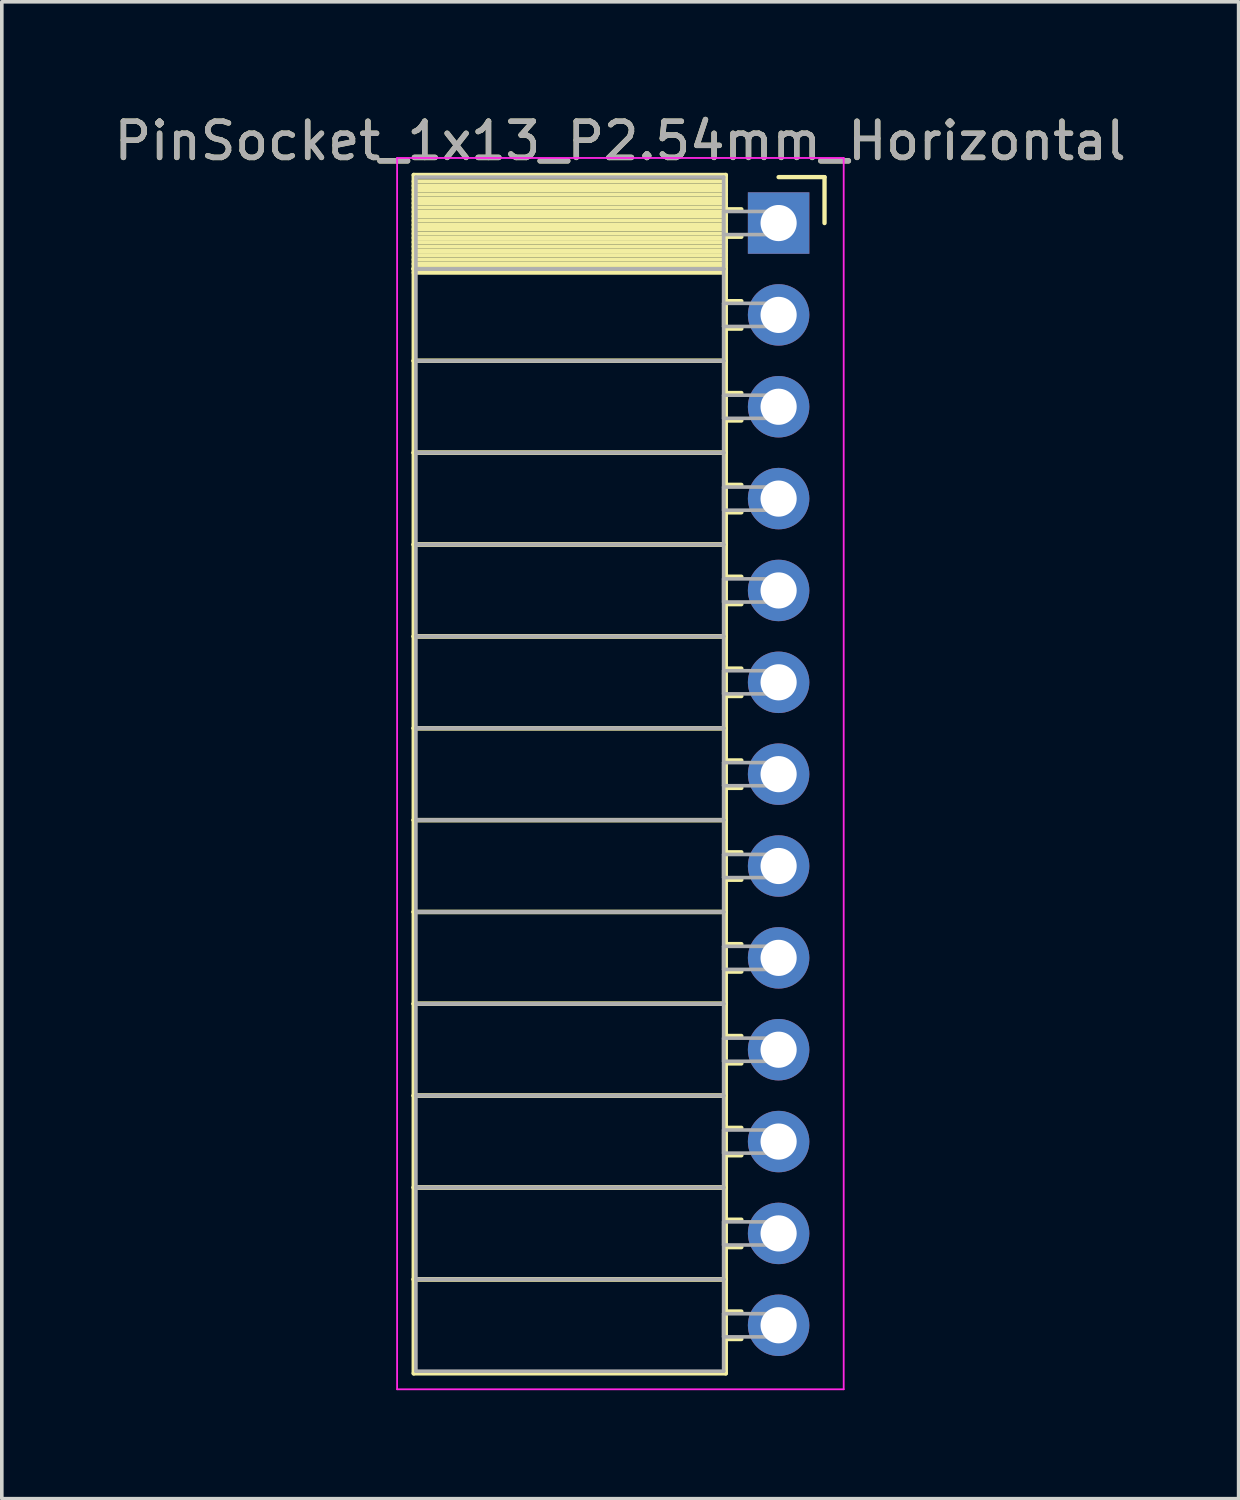
<source format=kicad_pcb>
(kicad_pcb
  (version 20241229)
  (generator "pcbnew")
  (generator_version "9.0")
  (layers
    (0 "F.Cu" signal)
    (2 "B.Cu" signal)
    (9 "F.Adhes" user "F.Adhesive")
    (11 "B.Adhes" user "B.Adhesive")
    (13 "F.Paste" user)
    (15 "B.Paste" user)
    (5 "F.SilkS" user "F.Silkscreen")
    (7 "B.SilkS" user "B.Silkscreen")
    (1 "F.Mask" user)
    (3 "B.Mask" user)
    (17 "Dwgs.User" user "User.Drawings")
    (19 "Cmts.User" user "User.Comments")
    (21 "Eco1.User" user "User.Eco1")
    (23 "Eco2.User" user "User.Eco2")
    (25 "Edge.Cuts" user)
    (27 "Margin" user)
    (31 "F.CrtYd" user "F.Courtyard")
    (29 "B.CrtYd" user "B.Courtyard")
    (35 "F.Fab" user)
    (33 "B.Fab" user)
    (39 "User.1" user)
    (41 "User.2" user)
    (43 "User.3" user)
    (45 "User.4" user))
  (footprint "PinSocket_1x13_P2.54mm_Horizontal"
    (layer "F.Cu")
    (at 18.481 3.118)
    (property "Reference" "PinSocket_1x13_P2.54mm_Horizontal" (at -4.38 -2.27 0) (layer "F.SilkS") (effects (font (size 1 1) (thickness 0.15))))
    (attr through_hole)
    (fp_line (start -10.09 -1.33) (end -1.46 -1.33) (stroke (width 0.12) (type solid)) (layer "F.SilkS"))
    (fp_line (start -10.09 1.27) (end -10.09 -1.33) (stroke (width 0.12) (type solid)) (layer "F.SilkS"))
    (fp_line (start -10.09 1.27) (end -1.46 1.27) (stroke (width 0.12) (type solid)) (layer "F.SilkS"))
    (fp_line (start -10.09 3.81) (end -10.09 1.27) (stroke (width 0.12) (type solid)) (layer "F.SilkS"))
    (fp_line (start -10.09 3.81) (end -1.46 3.81) (stroke (width 0.12) (type solid)) (layer "F.SilkS"))
    (fp_line (start -10.09 6.35) (end -10.09 3.81) (stroke (width 0.12) (type solid)) (layer "F.SilkS"))
    (fp_line (start -10.09 6.35) (end -1.46 6.35) (stroke (width 0.12) (type solid)) (layer "F.SilkS"))
    (fp_line (start -10.09 8.89) (end -10.09 6.35) (stroke (width 0.12) (type solid)) (layer "F.SilkS"))
    (fp_line (start -10.09 8.89) (end -1.46 8.89) (stroke (width 0.12) (type solid)) (layer "F.SilkS"))
    (fp_line (start -10.09 11.43) (end -10.09 8.89) (stroke (width 0.12) (type solid)) (layer "F.SilkS"))
    (fp_line (start -10.09 11.43) (end -1.46 11.43) (stroke (width 0.12) (type solid)) (layer "F.SilkS"))
    (fp_line (start -10.09 13.97) (end -10.09 11.43) (stroke (width 0.12) (type solid)) (layer "F.SilkS"))
    (fp_line (start -10.09 13.97) (end -1.46 13.97) (stroke (width 0.12) (type solid)) (layer "F.SilkS"))
    (fp_line (start -10.09 16.51) (end -10.09 13.97) (stroke (width 0.12) (type solid)) (layer "F.SilkS"))
    (fp_line (start -10.09 16.51) (end -1.46 16.51) (stroke (width 0.12) (type solid)) (layer "F.SilkS"))
    (fp_line (start -10.09 19.05) (end -10.09 16.51) (stroke (width 0.12) (type solid)) (layer "F.SilkS"))
    (fp_line (start -10.09 19.05) (end -1.46 19.05) (stroke (width 0.12) (type solid)) (layer "F.SilkS"))
    (fp_line (start -10.09 21.59) (end -10.09 19.05) (stroke (width 0.12) (type solid)) (layer "F.SilkS"))
    (fp_line (start -10.09 21.59) (end -1.46 21.59) (stroke (width 0.12) (type solid)) (layer "F.SilkS"))
    (fp_line (start -10.09 24.13) (end -10.09 21.59) (stroke (width 0.12) (type solid)) (layer "F.SilkS"))
    (fp_line (start -10.09 24.13) (end -1.46 24.13) (stroke (width 0.12) (type solid)) (layer "F.SilkS"))
    (fp_line (start -10.09 26.67) (end -10.09 24.13) (stroke (width 0.12) (type solid)) (layer "F.SilkS"))
    (fp_line (start -10.09 26.67) (end -1.46 26.67) (stroke (width 0.12) (type solid)) (layer "F.SilkS"))
    (fp_line (start -10.09 29.21) (end -10.09 26.67) (stroke (width 0.12) (type solid)) (layer "F.SilkS"))
    (fp_line (start -10.09 29.21) (end -1.46 29.21) (stroke (width 0.12) (type solid)) (layer "F.SilkS"))
    (fp_line (start -10.09 31.81) (end -10.09 29.21) (stroke (width 0.12) (type solid)) (layer "F.SilkS"))
    (fp_line (start -1.46 -1.33) (end -1.46 1.27) (stroke (width 0.12) (type solid)) (layer "F.SilkS"))
    (fp_line (start -1.46 -1.15) (end -10.09 -1.15) (stroke (width 0.12) (type solid)) (layer "F.SilkS"))
    (fp_line (start -1.46 -1.03) (end -10.09 -1.03) (stroke (width 0.12) (type solid)) (layer "F.SilkS"))
    (fp_line (start -1.46 -0.91) (end -10.09 -0.91) (stroke (width 0.12) (type solid)) (layer "F.SilkS"))
    (fp_line (start -1.46 -0.79) (end -10.09 -0.79) (stroke (width 0.12) (type solid)) (layer "F.SilkS"))
    (fp_line (start -1.46 -0.67) (end -10.09 -0.67) (stroke (width 0.12) (type solid)) (layer "F.SilkS"))
    (fp_line (start -1.46 -0.55) (end -10.09 -0.55) (stroke (width 0.12) (type solid)) (layer "F.SilkS"))
    (fp_line (start -1.46 -0.43) (end -10.09 -0.43) (stroke (width 0.12) (type solid)) (layer "F.SilkS"))
    (fp_line (start -1.46 -0.31) (end -10.09 -0.31) (stroke (width 0.12) (type solid)) (layer "F.SilkS"))
    (fp_line (start -1.46 -0.19) (end -10.09 -0.19) (stroke (width 0.12) (type solid)) (layer "F.SilkS"))
    (fp_line (start -1.46 -0.07) (end -10.09 -0.07) (stroke (width 0.12) (type solid)) (layer "F.SilkS"))
    (fp_line (start -1.46 0.05) (end -10.09 0.05) (stroke (width 0.12) (type solid)) (layer "F.SilkS"))
    (fp_line (start -1.46 0.17) (end -10.09 0.17) (stroke (width 0.12) (type solid)) (layer "F.SilkS"))
    (fp_line (start -1.46 0.29) (end -10.09 0.29) (stroke (width 0.12) (type solid)) (layer "F.SilkS"))
    (fp_line (start -1.46 0.41) (end -10.09 0.41) (stroke (width 0.12) (type solid)) (layer "F.SilkS"))
    (fp_line (start -1.46 0.53) (end -10.09 0.53) (stroke (width 0.12) (type solid)) (layer "F.SilkS"))
    (fp_line (start -1.46 0.65) (end -10.09 0.65) (stroke (width 0.12) (type solid)) (layer "F.SilkS"))
    (fp_line (start -1.46 0.77) (end -10.09 0.77) (stroke (width 0.12) (type solid)) (layer "F.SilkS"))
    (fp_line (start -1.46 0.89) (end -10.09 0.89) (stroke (width 0.12) (type solid)) (layer "F.SilkS"))
    (fp_line (start -1.46 1.01) (end -10.09 1.01) (stroke (width 0.12) (type solid)) (layer "F.SilkS"))
    (fp_line (start -1.46 1.13) (end -10.09 1.13) (stroke (width 0.12) (type solid)) (layer "F.SilkS"))
    (fp_line (start -1.46 1.25) (end -10.09 1.25) (stroke (width 0.12) (type solid)) (layer "F.SilkS"))
    (fp_line (start -1.46 1.27) (end -10.09 1.27) (stroke (width 0.12) (type solid)) (layer "F.SilkS"))
    (fp_line (start -1.46 1.27) (end -1.46 3.81) (stroke (width 0.12) (type solid)) (layer "F.SilkS"))
    (fp_line (start -1.46 1.37) (end -10.09 1.37) (stroke (width 0.12) (type solid)) (layer "F.SilkS"))
    (fp_line (start -1.46 3.81) (end -10.09 3.81) (stroke (width 0.12) (type solid)) (layer "F.SilkS"))
    (fp_line (start -1.46 3.81) (end -1.46 6.35) (stroke (width 0.12) (type solid)) (layer "F.SilkS"))
    (fp_line (start -1.46 6.35) (end -10.09 6.35) (stroke (width 0.12) (type solid)) (layer "F.SilkS"))
    (fp_line (start -1.46 6.35) (end -1.46 8.89) (stroke (width 0.12) (type solid)) (layer "F.SilkS"))
    (fp_line (start -1.46 8.89) (end -10.09 8.89) (stroke (width 0.12) (type solid)) (layer "F.SilkS"))
    (fp_line (start -1.46 8.89) (end -1.46 11.43) (stroke (width 0.12) (type solid)) (layer "F.SilkS"))
    (fp_line (start -1.46 11.43) (end -10.09 11.43) (stroke (width 0.12) (type solid)) (layer "F.SilkS"))
    (fp_line (start -1.46 11.43) (end -1.46 13.97) (stroke (width 0.12) (type solid)) (layer "F.SilkS"))
    (fp_line (start -1.46 13.97) (end -10.09 13.97) (stroke (width 0.12) (type solid)) (layer "F.SilkS"))
    (fp_line (start -1.46 13.97) (end -1.46 16.51) (stroke (width 0.12) (type solid)) (layer "F.SilkS"))
    (fp_line (start -1.46 16.51) (end -10.09 16.51) (stroke (width 0.12) (type solid)) (layer "F.SilkS"))
    (fp_line (start -1.46 16.51) (end -1.46 19.05) (stroke (width 0.12) (type solid)) (layer "F.SilkS"))
    (fp_line (start -1.46 19.05) (end -10.09 19.05) (stroke (width 0.12) (type solid)) (layer "F.SilkS"))
    (fp_line (start -1.46 19.05) (end -1.46 21.59) (stroke (width 0.12) (type solid)) (layer "F.SilkS"))
    (fp_line (start -1.46 21.59) (end -10.09 21.59) (stroke (width 0.12) (type solid)) (layer "F.SilkS"))
    (fp_line (start -1.46 21.59) (end -1.46 24.13) (stroke (width 0.12) (type solid)) (layer "F.SilkS"))
    (fp_line (start -1.46 24.13) (end -10.09 24.13) (stroke (width 0.12) (type solid)) (layer "F.SilkS"))
    (fp_line (start -1.46 24.13) (end -1.46 26.67) (stroke (width 0.12) (type solid)) (layer "F.SilkS"))
    (fp_line (start -1.46 26.67) (end -10.09 26.67) (stroke (width 0.12) (type solid)) (layer "F.SilkS"))
    (fp_line (start -1.46 26.67) (end -1.46 29.21) (stroke (width 0.12) (type solid)) (layer "F.SilkS"))
    (fp_line (start -1.46 29.21) (end -10.09 29.21) (stroke (width 0.12) (type solid)) (layer "F.SilkS"))
    (fp_line (start -1.46 29.21) (end -1.46 31.81) (stroke (width 0.12) (type solid)) (layer "F.SilkS"))
    (fp_line (start -1.46 31.81) (end -10.09 31.81) (stroke (width 0.12) (type solid)) (layer "F.SilkS"))
    (fp_line (start -1.03 -0.38) (end -1.46 -0.38) (stroke (width 0.12) (type solid)) (layer "F.SilkS"))
    (fp_line (start -1.03 0.38) (end -1.46 0.38) (stroke (width 0.12) (type solid)) (layer "F.SilkS"))
    (fp_line (start -1.03 2.16) (end -1.46 2.16) (stroke (width 0.12) (type solid)) (layer "F.SilkS"))
    (fp_line (start -1.03 2.92) (end -1.46 2.92) (stroke (width 0.12) (type solid)) (layer "F.SilkS"))
    (fp_line (start -1.03 4.7) (end -1.46 4.7) (stroke (width 0.12) (type solid)) (layer "F.SilkS"))
    (fp_line (start -1.03 5.46) (end -1.46 5.46) (stroke (width 0.12) (type solid)) (layer "F.SilkS"))
    (fp_line (start -1.03 7.24) (end -1.46 7.24) (stroke (width 0.12) (type solid)) (layer "F.SilkS"))
    (fp_line (start -1.03 8) (end -1.46 8) (stroke (width 0.12) (type solid)) (layer "F.SilkS"))
    (fp_line (start -1.03 9.78) (end -1.46 9.78) (stroke (width 0.12) (type solid)) (layer "F.SilkS"))
    (fp_line (start -1.03 10.54) (end -1.46 10.54) (stroke (width 0.12) (type solid)) (layer "F.SilkS"))
    (fp_line (start -1.03 12.32) (end -1.46 12.32) (stroke (width 0.12) (type solid)) (layer "F.SilkS"))
    (fp_line (start -1.03 13.08) (end -1.46 13.08) (stroke (width 0.12) (type solid)) (layer "F.SilkS"))
    (fp_line (start -1.03 14.86) (end -1.46 14.86) (stroke (width 0.12) (type solid)) (layer "F.SilkS"))
    (fp_line (start -1.03 15.62) (end -1.46 15.62) (stroke (width 0.12) (type solid)) (layer "F.SilkS"))
    (fp_line (start -1.03 17.4) (end -1.46 17.4) (stroke (width 0.12) (type solid)) (layer "F.SilkS"))
    (fp_line (start -1.03 18.16) (end -1.46 18.16) (stroke (width 0.12) (type solid)) (layer "F.SilkS"))
    (fp_line (start -1.03 19.94) (end -1.46 19.94) (stroke (width 0.12) (type solid)) (layer "F.SilkS"))
    (fp_line (start -1.03 20.7) (end -1.46 20.7) (stroke (width 0.12) (type solid)) (layer "F.SilkS"))
    (fp_line (start -1.03 22.48) (end -1.46 22.48) (stroke (width 0.12) (type solid)) (layer "F.SilkS"))
    (fp_line (start -1.03 23.24) (end -1.46 23.24) (stroke (width 0.12) (type solid)) (layer "F.SilkS"))
    (fp_line (start -1.03 25.02) (end -1.46 25.02) (stroke (width 0.12) (type solid)) (layer "F.SilkS"))
    (fp_line (start -1.03 25.78) (end -1.46 25.78) (stroke (width 0.12) (type solid)) (layer "F.SilkS"))
    (fp_line (start -1.03 27.56) (end -1.46 27.56) (stroke (width 0.12) (type solid)) (layer "F.SilkS"))
    (fp_line (start -1.03 28.32) (end -1.46 28.32) (stroke (width 0.12) (type solid)) (layer "F.SilkS"))
    (fp_line (start -1.03 30.1) (end -1.46 30.1) (stroke (width 0.12) (type solid)) (layer "F.SilkS"))
    (fp_line (start -1.03 30.86) (end -1.46 30.86) (stroke (width 0.12) (type solid)) (layer "F.SilkS"))
    (fp_line (start 0 -1.27) (end 1.27 -1.27) (stroke (width 0.12) (type solid)) (layer "F.SilkS"))
    (fp_line (start 1.27 -1.27) (end 1.27 0) (stroke (width 0.12) (type solid)) (layer "F.SilkS"))
    (fp_line (start -10.55 -1.8) (end 1.8 -1.8) (stroke (width 0.05) (type solid)) (layer "F.CrtYd"))
    (fp_line (start -10.55 32.25) (end -10.55 -1.8) (stroke (width 0.05) (type solid)) (layer "F.CrtYd"))
    (fp_line (start 1.8 -1.8) (end 1.8 32.25) (stroke (width 0.05) (type solid)) (layer "F.CrtYd"))
    (fp_line (start 1.8 32.25) (end -10.55 32.25) (stroke (width 0.05) (type solid)) (layer "F.CrtYd"))
    (fp_line (start -10.03 -1.27) (end -1.52 -1.27) (stroke (width 0.1) (type solid)) (layer "F.Fab"))
    (fp_line (start -10.03 1.27) (end -10.03 -1.27) (stroke (width 0.1) (type solid)) (layer "F.Fab"))
    (fp_line (start -10.03 1.27) (end -1.52 1.27) (stroke (width 0.1) (type solid)) (layer "F.Fab"))
    (fp_line (start -10.03 3.81) (end -10.03 1.27) (stroke (width 0.1) (type solid)) (layer "F.Fab"))
    (fp_line (start -10.03 3.81) (end -1.52 3.81) (stroke (width 0.1) (type solid)) (layer "F.Fab"))
    (fp_line (start -10.03 6.35) (end -10.03 3.81) (stroke (width 0.1) (type solid)) (layer "F.Fab"))
    (fp_line (start -10.03 6.35) (end -1.52 6.35) (stroke (width 0.1) (type solid)) (layer "F.Fab"))
    (fp_line (start -10.03 8.89) (end -10.03 6.35) (stroke (width 0.1) (type solid)) (layer "F.Fab"))
    (fp_line (start -10.03 8.89) (end -1.52 8.89) (stroke (width 0.1) (type solid)) (layer "F.Fab"))
    (fp_line (start -10.03 11.43) (end -10.03 8.89) (stroke (width 0.1) (type solid)) (layer "F.Fab"))
    (fp_line (start -10.03 11.43) (end -1.52 11.43) (stroke (width 0.1) (type solid)) (layer "F.Fab"))
    (fp_line (start -10.03 13.97) (end -10.03 11.43) (stroke (width 0.1) (type solid)) (layer "F.Fab"))
    (fp_line (start -10.03 13.97) (end -1.52 13.97) (stroke (width 0.1) (type solid)) (layer "F.Fab"))
    (fp_line (start -10.03 16.51) (end -10.03 13.97) (stroke (width 0.1) (type solid)) (layer "F.Fab"))
    (fp_line (start -10.03 16.51) (end -1.52 16.51) (stroke (width 0.1) (type solid)) (layer "F.Fab"))
    (fp_line (start -10.03 19.05) (end -10.03 16.51) (stroke (width 0.1) (type solid)) (layer "F.Fab"))
    (fp_line (start -10.03 19.05) (end -1.52 19.05) (stroke (width 0.1) (type solid)) (layer "F.Fab"))
    (fp_line (start -10.03 21.59) (end -10.03 19.05) (stroke (width 0.1) (type solid)) (layer "F.Fab"))
    (fp_line (start -10.03 21.59) (end -1.52 21.59) (stroke (width 0.1) (type solid)) (layer "F.Fab"))
    (fp_line (start -10.03 24.13) (end -10.03 21.59) (stroke (width 0.1) (type solid)) (layer "F.Fab"))
    (fp_line (start -10.03 24.13) (end -1.52 24.13) (stroke (width 0.1) (type solid)) (layer "F.Fab"))
    (fp_line (start -10.03 26.67) (end -10.03 24.13) (stroke (width 0.1) (type solid)) (layer "F.Fab"))
    (fp_line (start -10.03 26.67) (end -1.52 26.67) (stroke (width 0.1) (type solid)) (layer "F.Fab"))
    (fp_line (start -10.03 29.21) (end -10.03 26.67) (stroke (width 0.1) (type solid)) (layer "F.Fab"))
    (fp_line (start -10.03 29.21) (end -1.52 29.21) (stroke (width 0.1) (type solid)) (layer "F.Fab"))
    (fp_line (start -10.03 31.75) (end -10.03 29.21) (stroke (width 0.1) (type solid)) (layer "F.Fab"))
    (fp_line (start -1.52 -1.27) (end -1.52 1.27) (stroke (width 0.1) (type solid)) (layer "F.Fab"))
    (fp_line (start -1.52 -0.32) (end 0 -0.32) (stroke (width 0.1) (type solid)) (layer "F.Fab"))
    (fp_line (start -1.52 0.32) (end -1.52 -0.32) (stroke (width 0.1) (type solid)) (layer "F.Fab"))
    (fp_line (start -1.52 1.27) (end -10.03 1.27) (stroke (width 0.1) (type solid)) (layer "F.Fab"))
    (fp_line (start -1.52 1.27) (end -1.52 3.81) (stroke (width 0.1) (type solid)) (layer "F.Fab"))
    (fp_line (start -1.52 2.22) (end 0 2.22) (stroke (width 0.1) (type solid)) (layer "F.Fab"))
    (fp_line (start -1.52 2.86) (end -1.52 2.22) (stroke (width 0.1) (type solid)) (layer "F.Fab"))
    (fp_line (start -1.52 3.81) (end -10.03 3.81) (stroke (width 0.1) (type solid)) (layer "F.Fab"))
    (fp_line (start -1.52 3.81) (end -1.52 6.35) (stroke (width 0.1) (type solid)) (layer "F.Fab"))
    (fp_line (start -1.52 4.76) (end 0 4.76) (stroke (width 0.1) (type solid)) (layer "F.Fab"))
    (fp_line (start -1.52 5.4) (end -1.52 4.76) (stroke (width 0.1) (type solid)) (layer "F.Fab"))
    (fp_line (start -1.52 6.35) (end -10.03 6.35) (stroke (width 0.1) (type solid)) (layer "F.Fab"))
    (fp_line (start -1.52 6.35) (end -1.52 8.89) (stroke (width 0.1) (type solid)) (layer "F.Fab"))
    (fp_line (start -1.52 7.3) (end 0 7.3) (stroke (width 0.1) (type solid)) (layer "F.Fab"))
    (fp_line (start -1.52 7.94) (end -1.52 7.3) (stroke (width 0.1) (type solid)) (layer "F.Fab"))
    (fp_line (start -1.52 8.89) (end -10.03 8.89) (stroke (width 0.1) (type solid)) (layer "F.Fab"))
    (fp_line (start -1.52 8.89) (end -1.52 11.43) (stroke (width 0.1) (type solid)) (layer "F.Fab"))
    (fp_line (start -1.52 9.84) (end 0 9.84) (stroke (width 0.1) (type solid)) (layer "F.Fab"))
    (fp_line (start -1.52 10.48) (end -1.52 9.84) (stroke (width 0.1) (type solid)) (layer "F.Fab"))
    (fp_line (start -1.52 11.43) (end -10.03 11.43) (stroke (width 0.1) (type solid)) (layer "F.Fab"))
    (fp_line (start -1.52 11.43) (end -1.52 13.97) (stroke (width 0.1) (type solid)) (layer "F.Fab"))
    (fp_line (start -1.52 12.38) (end 0 12.38) (stroke (width 0.1) (type solid)) (layer "F.Fab"))
    (fp_line (start -1.52 13.02) (end -1.52 12.38) (stroke (width 0.1) (type solid)) (layer "F.Fab"))
    (fp_line (start -1.52 13.97) (end -10.03 13.97) (stroke (width 0.1) (type solid)) (layer "F.Fab"))
    (fp_line (start -1.52 13.97) (end -1.52 16.51) (stroke (width 0.1) (type solid)) (layer "F.Fab"))
    (fp_line (start -1.52 14.92) (end 0 14.92) (stroke (width 0.1) (type solid)) (layer "F.Fab"))
    (fp_line (start -1.52 15.56) (end -1.52 14.92) (stroke (width 0.1) (type solid)) (layer "F.Fab"))
    (fp_line (start -1.52 16.51) (end -10.03 16.51) (stroke (width 0.1) (type solid)) (layer "F.Fab"))
    (fp_line (start -1.52 16.51) (end -1.52 19.05) (stroke (width 0.1) (type solid)) (layer "F.Fab"))
    (fp_line (start -1.52 17.46) (end 0 17.46) (stroke (width 0.1) (type solid)) (layer "F.Fab"))
    (fp_line (start -1.52 18.1) (end -1.52 17.46) (stroke (width 0.1) (type solid)) (layer "F.Fab"))
    (fp_line (start -1.52 19.05) (end -10.03 19.05) (stroke (width 0.1) (type solid)) (layer "F.Fab"))
    (fp_line (start -1.52 19.05) (end -1.52 21.59) (stroke (width 0.1) (type solid)) (layer "F.Fab"))
    (fp_line (start -1.52 20) (end 0 20) (stroke (width 0.1) (type solid)) (layer "F.Fab"))
    (fp_line (start -1.52 20.64) (end -1.52 20) (stroke (width 0.1) (type solid)) (layer "F.Fab"))
    (fp_line (start -1.52 21.59) (end -10.03 21.59) (stroke (width 0.1) (type solid)) (layer "F.Fab"))
    (fp_line (start -1.52 21.59) (end -1.52 24.13) (stroke (width 0.1) (type solid)) (layer "F.Fab"))
    (fp_line (start -1.52 22.54) (end 0 22.54) (stroke (width 0.1) (type solid)) (layer "F.Fab"))
    (fp_line (start -1.52 23.18) (end -1.52 22.54) (stroke (width 0.1) (type solid)) (layer "F.Fab"))
    (fp_line (start -1.52 24.13) (end -10.03 24.13) (stroke (width 0.1) (type solid)) (layer "F.Fab"))
    (fp_line (start -1.52 24.13) (end -1.52 26.67) (stroke (width 0.1) (type solid)) (layer "F.Fab"))
    (fp_line (start -1.52 25.08) (end 0 25.08) (stroke (width 0.1) (type solid)) (layer "F.Fab"))
    (fp_line (start -1.52 25.72) (end -1.52 25.08) (stroke (width 0.1) (type solid)) (layer "F.Fab"))
    (fp_line (start -1.52 26.67) (end -10.03 26.67) (stroke (width 0.1) (type solid)) (layer "F.Fab"))
    (fp_line (start -1.52 26.67) (end -1.52 29.21) (stroke (width 0.1) (type solid)) (layer "F.Fab"))
    (fp_line (start -1.52 27.62) (end 0 27.62) (stroke (width 0.1) (type solid)) (layer "F.Fab"))
    (fp_line (start -1.52 28.26) (end -1.52 27.62) (stroke (width 0.1) (type solid)) (layer "F.Fab"))
    (fp_line (start -1.52 29.21) (end -10.03 29.21) (stroke (width 0.1) (type solid)) (layer "F.Fab"))
    (fp_line (start -1.52 29.21) (end -1.52 31.75) (stroke (width 0.1) (type solid)) (layer "F.Fab"))
    (fp_line (start -1.52 30.16) (end 0 30.16) (stroke (width 0.1) (type solid)) (layer "F.Fab"))
    (fp_line (start -1.52 30.8) (end -1.52 30.16) (stroke (width 0.1) (type solid)) (layer "F.Fab"))
    (fp_line (start -1.52 31.75) (end -10.03 31.75) (stroke (width 0.1) (type solid)) (layer "F.Fab"))
    (fp_line (start 0 -0.32) (end 0 0.32) (stroke (width 0.1) (type solid)) (layer "F.Fab"))
    (fp_line (start 0 0.32) (end -1.52 0.32) (stroke (width 0.1) (type solid)) (layer "F.Fab"))
    (fp_line (start 0 2.22) (end 0 2.86) (stroke (width 0.1) (type solid)) (layer "F.Fab"))
    (fp_line (start 0 2.86) (end -1.52 2.86) (stroke (width 0.1) (type solid)) (layer "F.Fab"))
    (fp_line (start 0 4.76) (end 0 5.4) (stroke (width 0.1) (type solid)) (layer "F.Fab"))
    (fp_line (start 0 5.4) (end -1.52 5.4) (stroke (width 0.1) (type solid)) (layer "F.Fab"))
    (fp_line (start 0 7.3) (end 0 7.94) (stroke (width 0.1) (type solid)) (layer "F.Fab"))
    (fp_line (start 0 7.94) (end -1.52 7.94) (stroke (width 0.1) (type solid)) (layer "F.Fab"))
    (fp_line (start 0 9.84) (end 0 10.48) (stroke (width 0.1) (type solid)) (layer "F.Fab"))
    (fp_line (start 0 10.48) (end -1.52 10.48) (stroke (width 0.1) (type solid)) (layer "F.Fab"))
    (fp_line (start 0 12.38) (end 0 13.02) (stroke (width 0.1) (type solid)) (layer "F.Fab"))
    (fp_line (start 0 13.02) (end -1.52 13.02) (stroke (width 0.1) (type solid)) (layer "F.Fab"))
    (fp_line (start 0 14.92) (end 0 15.56) (stroke (width 0.1) (type solid)) (layer "F.Fab"))
    (fp_line (start 0 15.56) (end -1.52 15.56) (stroke (width 0.1) (type solid)) (layer "F.Fab"))
    (fp_line (start 0 17.46) (end 0 18.1) (stroke (width 0.1) (type solid)) (layer "F.Fab"))
    (fp_line (start 0 18.1) (end -1.52 18.1) (stroke (width 0.1) (type solid)) (layer "F.Fab"))
    (fp_line (start 0 20) (end 0 20.64) (stroke (width 0.1) (type solid)) (layer "F.Fab"))
    (fp_line (start 0 20.64) (end -1.52 20.64) (stroke (width 0.1) (type solid)) (layer "F.Fab"))
    (fp_line (start 0 22.54) (end 0 23.18) (stroke (width 0.1) (type solid)) (layer "F.Fab"))
    (fp_line (start 0 23.18) (end -1.52 23.18) (stroke (width 0.1) (type solid)) (layer "F.Fab"))
    (fp_line (start 0 25.08) (end 0 25.72) (stroke (width 0.1) (type solid)) (layer "F.Fab"))
    (fp_line (start 0 25.72) (end -1.52 25.72) (stroke (width 0.1) (type solid)) (layer "F.Fab"))
    (fp_line (start 0 27.62) (end 0 28.26) (stroke (width 0.1) (type solid)) (layer "F.Fab"))
    (fp_line (start 0 28.26) (end -1.52 28.26) (stroke (width 0.1) (type solid)) (layer "F.Fab"))
    (fp_line (start 0 30.16) (end 0 30.8) (stroke (width 0.1) (type solid)) (layer "F.Fab"))
    (fp_line (start 0 30.8) (end -1.52 30.8) (stroke (width 0.1) (type solid)) (layer "F.Fab"))
    (fp_text user "${REFERENCE}" (at -4.38 -2.27 0) (layer "F.Fab") (effects (font (size 1 1) (thickness 0.15))))
    (pad "1" thru_hole rect (at 0 0) (size 1.7 1.7) (drill 1) (layers "*.Cu" "*.Mask"))
    (pad "2" thru_hole oval (at 0 2.54) (size 1.7 1.7) (drill 1) (layers "*.Cu" "*.Mask"))
    (pad "3" thru_hole oval (at 0 5.08) (size 1.7 1.7) (drill 1) (layers "*.Cu" "*.Mask"))
    (pad "4" thru_hole oval (at 0 7.62) (size 1.7 1.7) (drill 1) (layers "*.Cu" "*.Mask"))
    (pad "5" thru_hole oval (at 0 10.16) (size 1.7 1.7) (drill 1) (layers "*.Cu" "*.Mask"))
    (pad "6" thru_hole oval (at 0 12.7) (size 1.7 1.7) (drill 1) (layers "*.Cu" "*.Mask"))
    (pad "7" thru_hole oval (at 0 15.24) (size 1.7 1.7) (drill 1) (layers "*.Cu" "*.Mask"))
    (pad "8" thru_hole oval (at 0 17.78) (size 1.7 1.7) (drill 1) (layers "*.Cu" "*.Mask"))
    (pad "9" thru_hole oval (at 0 20.32) (size 1.7 1.7) (drill 1) (layers "*.Cu" "*.Mask"))
    (pad "10" thru_hole oval (at 0 22.86) (size 1.7 1.7) (drill 1) (layers "*.Cu" "*.Mask"))
    (pad "11" thru_hole oval (at 0 25.4) (size 1.7 1.7) (drill 1) (layers "*.Cu" "*.Mask"))
    (pad "12" thru_hole oval (at 0 27.94) (size 1.7 1.7) (drill 1) (layers "*.Cu" "*.Mask"))
    (pad "13" thru_hole oval (at 0 30.48) (size 1.7 1.7) (drill 1) (layers "*.Cu" "*.Mask")))
  (gr_rect
    (start -3 -3)
    (end 31.202 38.393)
    (stroke (width 0.1) (type default))
    (fill no)
    (layer "Edge.Cuts")))
</source>
